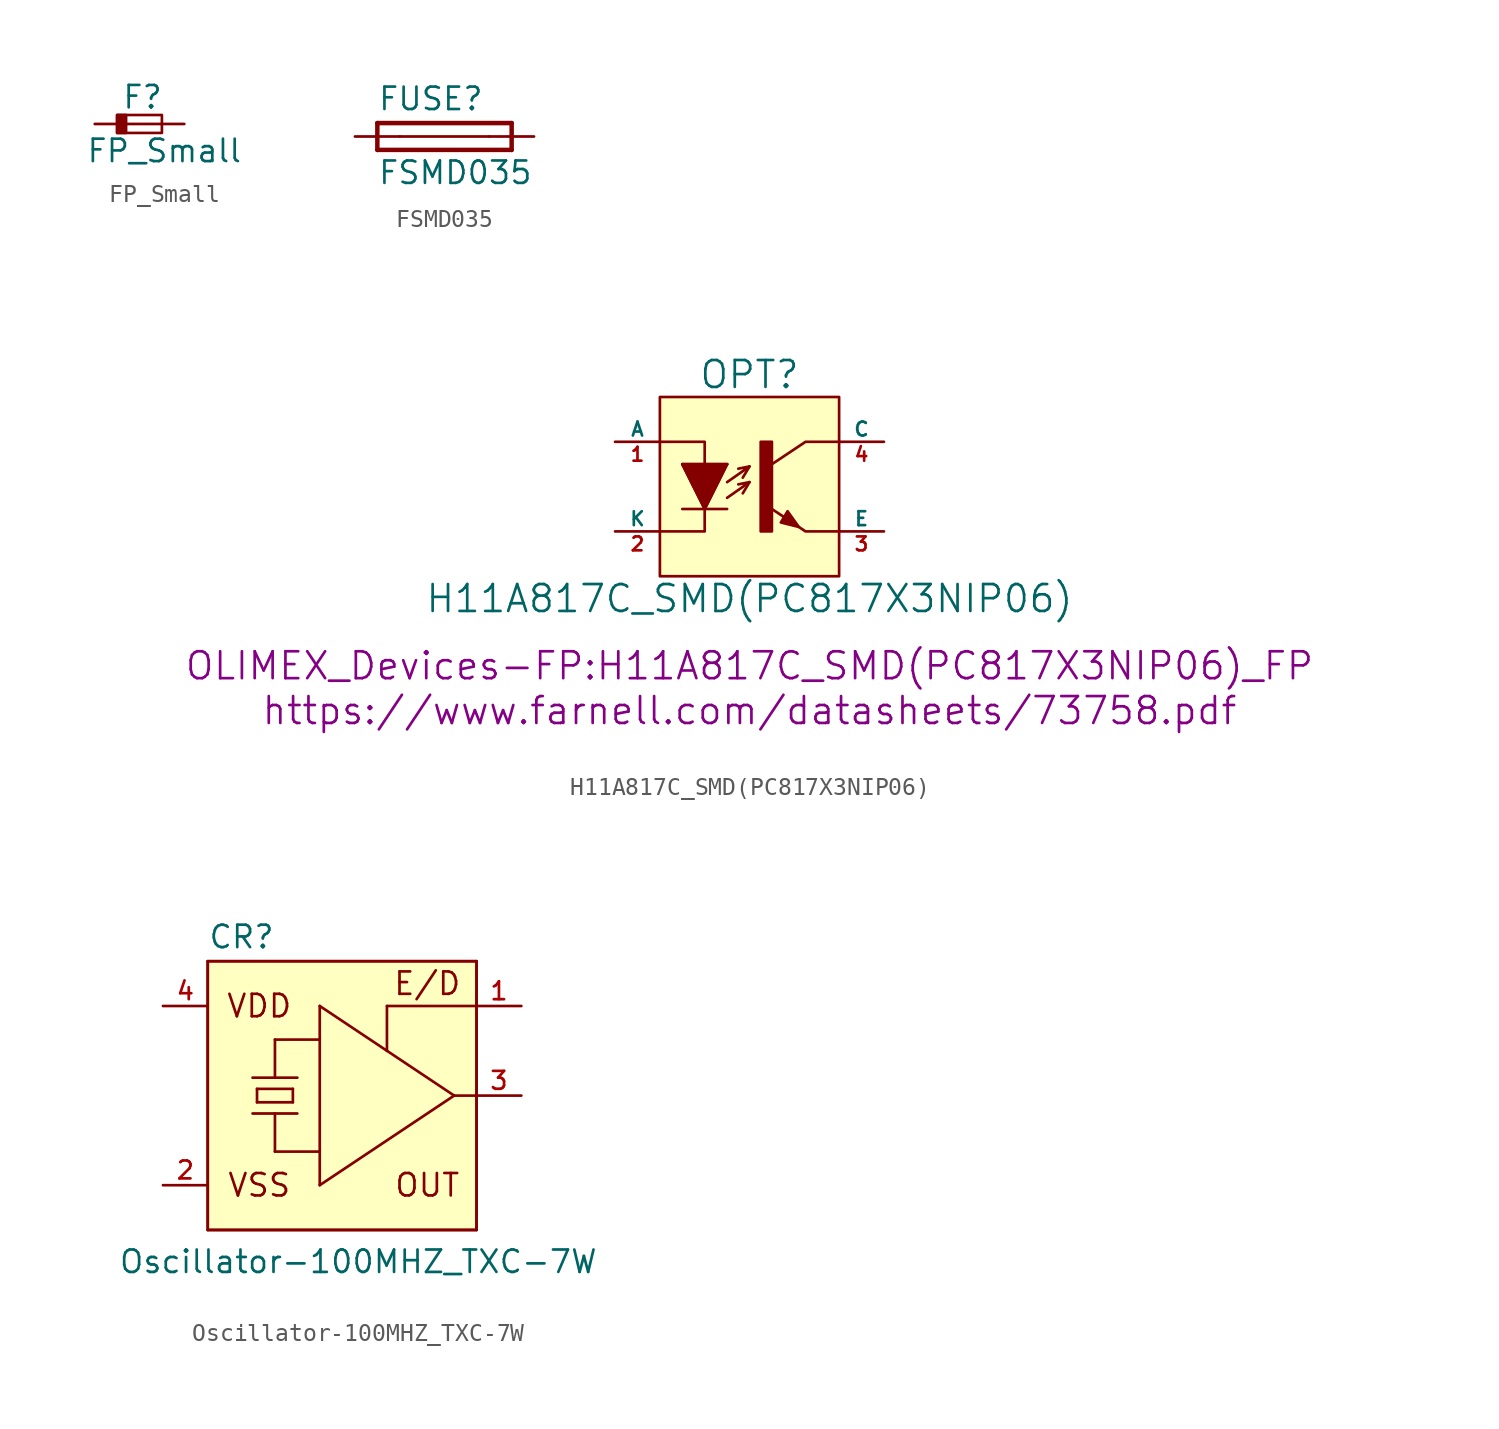
<source format=kicad_sym>
(kicad_symbol_lib
  (version 20211014)
  (generator kicad_symbol_editor)
  (symbol "FP_Small"
    (pin_numbers hide)
    (pin_names
      (offset 0.254) hide)
    (property "Reference" "F"
      (at -1.016 1.524 0)
      (effects (font (size 1.27 1.27)) (justify left)))
    (property "Value" "FP_Small"
      (at -3.048 -1.524 0)
      (effects (font (size 1.27 1.27)) (justify left)))
    (property "Footprint" ""
      (at 0 0 0)
      (effects (font (size 1.524 1.524))))
    (property "Datasheet" ""
      (at 0 0 0)
      (effects (font (size 1.524 1.524))))
    (symbol "FP_Small_0_1"
      (rectangle (start -1.27 0.508) (end -0.762 -0.508) (stroke (width 0) (type default) (color 0 0 0 0)) (fill (type outline)))
      (rectangle (start -1.27 0.508) (end 1.27 -0.508) (stroke (width 0) (type default) (color 0 0 0 0)) (fill (type none)))
      (polyline (pts (xy -1.27 0) (xy 1.27 0)) (stroke (width 0) (type default) (color 0 0 0 0)) (fill (type none))))
    (symbol "FP_Small_1_1"
      (pin power_in line (at -2.54 0 0) (length 1.27) (name "~" (effects (font (size 1.016 1.016)))) (number "1" (effects (font (size 1.016 1.016)))))
      (pin power_out line (at 2.54 0 180) (length 1.27) (name "~" (effects (font (size 1.016 1.016)))) (number "2" (effects (font (size 1.016 1.016)))))))
  (symbol "FSMD035"
    (pin_numbers hide)
    (pin_names
      (offset 1.016) hide)
    (property "Reference" "FUSE"
      (at -3.81 1.397 0)
      (effects (font (size 1.27 1.27)) (justify left bottom)))
    (property "Value" "FSMD035"
      (at -3.81 -2.794 0)
      (effects (font (size 1.27 1.27)) (justify left bottom)))
    (property "Datasheet" ""
      (at 0 0 0)
      (effects (font (size 1.524 1.524))))
    (property "ki_locked" ""
      (at 0 0 0)
      (effects (font (size 1.27 1.27))))
    (symbol "FSMD035_1_0"
      (polyline (pts (xy -3.81 -0.762) (xy 3.81 -0.762)) (stroke (width 0.254) (type default) (color 0 0 0 0)) (fill (type none)))
      (polyline (pts (xy -3.81 0.762) (xy -3.81 -0.762)) (stroke (width 0.254) (type default) (color 0 0 0 0)) (fill (type none)))
      (polyline (pts (xy -2.54 0) (xy 2.54 0)) (stroke (width 0) (type default) (color 0 0 0 0)) (fill (type none)))
      (polyline (pts (xy 3.81 -0.762) (xy 3.81 0.762)) (stroke (width 0.254) (type default) (color 0 0 0 0)) (fill (type none)))
      (polyline (pts (xy 3.81 0.762) (xy -3.81 0.762)) (stroke (width 0.254) (type default) (color 0 0 0 0)) (fill (type none))))
    (symbol "FSMD035_1_1"
      (pin passive line (at -5.08 0 0) (length 2.54) (name "1" (effects (font (size 1.016 1.016)))) (number "1" (effects (font (size 1.016 1.016)))))
      (pin passive line (at 5.08 0 180) (length 2.54) (name "2" (effects (font (size 1.016 1.016)))) (number "2" (effects (font (size 1.016 1.016)))))))
  (symbol "H11A817C_SMD(PC817X3NIP06)"
    (pin_names
      (offset 0))
    (property "Reference" "OPT"
      (at 0 6.35 0)
      (effects (font (size 1.524 1.524))))
    (property "Value" "H11A817C_SMD(PC817X3NIP06)"
      (at 0 -6.35 0)
      (effects (font (size 1.524 1.524))))
    (property "Footprint" "OLIMEX_Devices-FP:H11A817C_SMD(PC817X3NIP06)_FP"
      (at 0 -10.16 0)
      (effects (font (size 1.524 1.524))))
    (property "Datasheet" "https://www.farnell.com/datasheets/73758.pdf"
      (at 0 -12.7 0)
      (effects (font (size 1.524 1.524))))
    (symbol "H11A817C_SMD(PC817X3NIP06)_0_1"
      (rectangle (start -5.08 5.08) (end 5.08 -5.08) (stroke (width 0) (type default) (color 0 0 0 0)) (fill (type background)))
      (rectangle (start -3.81 1.27) (end -1.27 1.27) (stroke (width 0) (type default) (color 0 0 0 0)) (fill (type none)))
      (polyline (pts (xy -3.81 -1.27) (xy -1.27 -1.27)) (stroke (width 0) (type default) (color 0 0 0 0)) (fill (type none)))
      (polyline (pts (xy -2.54 1.27) (xy -1.27 1.27)) (stroke (width 0) (type default) (color 0 0 0 0)) (fill (type none)))
      (polyline (pts (xy 0 0.254) (xy -0.381 -0.381)) (stroke (width 0) (type default) (color 0 0 0 0)) (fill (type none)))
      (polyline (pts (xy 0 1.143) (xy -0.381 0.508)) (stroke (width 0) (type default) (color 0 0 0 0)) (fill (type none)))
      (polyline (pts (xy -3.81 1.27) (xy -2.54 -1.27) (xy -1.27 1.27)) (stroke (width 0) (type default) (color 0 0 0 0)) (fill (type none)))
      (polyline (pts (xy -2.54 -1.27) (xy -2.54 -2.54) (xy -5.08 -2.54)) (stroke (width 0) (type default) (color 0 0 0 0)) (fill (type none)))
      (polyline (pts (xy -1.27 -0.635) (xy 0 0.254) (xy -0.635 0.127)) (stroke (width 0) (type default) (color 0 0 0 0)) (fill (type none)))
      (polyline (pts (xy -1.27 0.254) (xy 0 1.143) (xy -0.635 1.016)) (stroke (width 0) (type default) (color 0 0 0 0)) (fill (type none)))
      (polyline (pts (xy 1.27 -1.27) (xy 3.175 -2.54) (xy 5.08 -2.54)) (stroke (width 0) (type default) (color 0 0 0 0)) (fill (type none)))
      (polyline (pts (xy 1.27 1.27) (xy 3.175 2.54) (xy 5.08 2.54)) (stroke (width 0) (type default) (color 0 0 0 0)) (fill (type none)))
      (polyline (pts (xy -5.08 2.54) (xy -2.54 2.54) (xy -2.54 1.27) (xy -3.81 1.27)) (stroke (width 0) (type default) (color 0 0 0 0)) (fill (type none)))
      (polyline (pts (xy -3.81 1.27) (xy -1.27 1.27) (xy -2.54 -1.27) (xy -3.81 1.27)) (stroke (width 0) (type default) (color 0 0 0 0)) (fill (type outline)))
      (polyline (pts (xy 2.794 -2.286) (xy 2.159 -1.397) (xy 1.778 -2.032) (xy 2.794 -2.286)) (stroke (width 0) (type default) (color 0 0 0 0)) (fill (type outline)))
      (rectangle (start 0.635 2.54) (end 1.27 -2.54) (stroke (width 0) (type default) (color 0 0 0 0)) (fill (type outline))))
    (symbol "H11A817C_SMD(PC817X3NIP06)_1_1"
      (pin passive line (at -7.62 2.54 0) (length 2.54) (name "A" (effects (font (size 0.787 0.787)))) (number "1" (effects (font (size 0.787 0.787)))))
      (pin passive line (at -7.62 -2.54 0) (length 2.54) (name "K" (effects (font (size 0.787 0.787)))) (number "2" (effects (font (size 0.787 0.787)))))
      (pin passive line (at 7.62 -2.54 180) (length 2.54) (name "E" (effects (font (size 0.787 0.787)))) (number "3" (effects (font (size 0.787 0.787)))))
      (pin passive line (at 7.62 2.54 180) (length 2.54) (name "C" (effects (font (size 0.787 0.787)))) (number "4" (effects (font (size 0.787 0.787)))))))
  (symbol "Oscillator-100MHZ_TXC-7W"
    (pin_names
      (offset 0) hide)
    (property "Reference" "CR"
      (at -7.62 8.255 0)
      (effects (font (size 1.27 1.27)) (justify left bottom)))
    (property "Value" "Oscillator-100MHZ_TXC-7W"
      (at -12.7 -10.16 0)
      (effects (font (size 1.27 1.27)) (justify left bottom)))
    (property "Datasheet" ""
      (at 0 0 0)
      (effects (font (size 1.524 1.524))))
    (symbol "Oscillator-100MHZ_TXC-7W_1_0"
      (rectangle (start -7.62 7.62) (end 7.62 -7.62) (stroke (width 0) (type default) (color 0 0 0 0)) (fill (type background)))
      (polyline (pts (xy -7.62 7.62) (xy -7.62 -7.62)) (stroke (width 0) (type default) (color 0 0 0 0)) (fill (type none)))
      (polyline (pts (xy -7.62 7.62) (xy 7.62 7.62)) (stroke (width 0) (type default) (color 0 0 0 0)) (fill (type background)))
      (polyline (pts (xy -5.08 -1.016) (xy -3.81 -1.016)) (stroke (width 0) (type default) (color 0 0 0 0)) (fill (type none)))
      (polyline (pts (xy -5.08 1.016) (xy -2.54 1.016)) (stroke (width 0) (type default) (color 0 0 0 0)) (fill (type none)))
      (polyline (pts (xy -4.826 -0.381) (xy -4.826 0.381)) (stroke (width 0) (type default) (color 0 0 0 0)) (fill (type none)))
      (polyline (pts (xy -4.826 -0.381) (xy -2.794 -0.381)) (stroke (width 0) (type default) (color 0 0 0 0)) (fill (type none)))
      (polyline (pts (xy -4.826 0.381) (xy -2.794 0.381)) (stroke (width 0) (type default) (color 0 0 0 0)) (fill (type none)))
      (polyline (pts (xy -3.81 -3.175) (xy -3.81 -1.016)) (stroke (width 0) (type default) (color 0 0 0 0)) (fill (type none)))
      (polyline (pts (xy -3.81 -3.175) (xy -1.27 -3.175)) (stroke (width 0) (type default) (color 0 0 0 0)) (fill (type none)))
      (polyline (pts (xy -3.81 -1.016) (xy -2.54 -1.016)) (stroke (width 0) (type default) (color 0 0 0 0)) (fill (type none)))
      (polyline (pts (xy -3.81 1.016) (xy -3.81 3.175)) (stroke (width 0) (type default) (color 0 0 0 0)) (fill (type none)))
      (polyline (pts (xy -3.81 3.175) (xy -1.27 3.175)) (stroke (width 0) (type default) (color 0 0 0 0)) (fill (type none)))
      (polyline (pts (xy -2.794 0.381) (xy -2.794 -0.381)) (stroke (width 0) (type default) (color 0 0 0 0)) (fill (type none)))
      (polyline (pts (xy -1.27 -5.08) (xy -1.27 -3.175)) (stroke (width 0) (type default) (color 0 0 0 0)) (fill (type none)))
      (polyline (pts (xy -1.27 -3.175) (xy -1.27 3.175)) (stroke (width 0) (type default) (color 0 0 0 0)) (fill (type none)))
      (polyline (pts (xy -1.27 3.175) (xy -1.27 5.08)) (stroke (width 0) (type default) (color 0 0 0 0)) (fill (type none)))
      (polyline (pts (xy -1.27 5.08) (xy 2.54 2.54)) (stroke (width 0) (type default) (color 0 0 0 0)) (fill (type none)))
      (polyline (pts (xy 2.54 2.54) (xy 6.35 0)) (stroke (width 0) (type default) (color 0 0 0 0)) (fill (type none)))
      (polyline (pts (xy 2.54 5.08) (xy 2.54 2.54)) (stroke (width 0) (type default) (color 0 0 0 0)) (fill (type none)))
      (polyline (pts (xy 6.35 0) (xy -1.27 -5.08)) (stroke (width 0) (type default) (color 0 0 0 0)) (fill (type none)))
      (polyline (pts (xy 6.35 0) (xy 7.62 0)) (stroke (width 0) (type default) (color 0 0 0 0)) (fill (type none)))
      (polyline (pts (xy 7.62 -7.62) (xy -7.62 -7.62)) (stroke (width 0) (type default) (color 0 0 0 0)) (fill (type none)))
      (polyline (pts (xy 7.62 -7.62) (xy 7.62 0)) (stroke (width 0) (type default) (color 0 0 0 0)) (fill (type none)))
      (polyline (pts (xy 7.62 0) (xy 7.62 5.08)) (stroke (width 0) (type default) (color 0 0 0 0)) (fill (type none)))
      (polyline (pts (xy 7.62 5.08) (xy 2.54 5.08)) (stroke (width 0) (type default) (color 0 0 0 0)) (fill (type none)))
      (polyline (pts (xy 7.62 5.08) (xy 7.62 7.62)) (stroke (width 0) (type default) (color 0 0 0 0)) (fill (type none)))
      (text "E/D" (at 4.826 6.35 0) (effects (font (size 1.27 1.27))))
      (text "OUT" (at 4.826 -5.08 0) (effects (font (size 1.27 1.27))))
      (text "VDD" (at -4.699 5.08 0) (effects (font (size 1.27 1.27))))
      (text "VSS" (at -4.699 -5.08 0) (effects (font (size 1.27 1.27)))))
    (symbol "Oscillator-100MHZ_TXC-7W_1_1"
      (pin input line (at 10.16 5.08 180) (length 2.54) (name "E/D" (effects (font (size 1.016 1.016)))) (number "1" (effects (font (size 1.016 1.016)))))
      (pin power_in line (at -10.16 -5.08 0) (length 2.54) (name "VSS" (effects (font (size 1.016 1.016)))) (number "2" (effects (font (size 1.016 1.016)))))
      (pin output line (at 10.16 0 180) (length 2.54) (name "OUT" (effects (font (size 1.016 1.016)))) (number "3" (effects (font (size 1.016 1.016)))))
      (pin power_in line (at -10.16 5.08 0) (length 2.54) (name "VDD" (effects (font (size 1.016 1.016)))) (number "4" (effects (font (size 1.016 1.016))))))))
</source>
